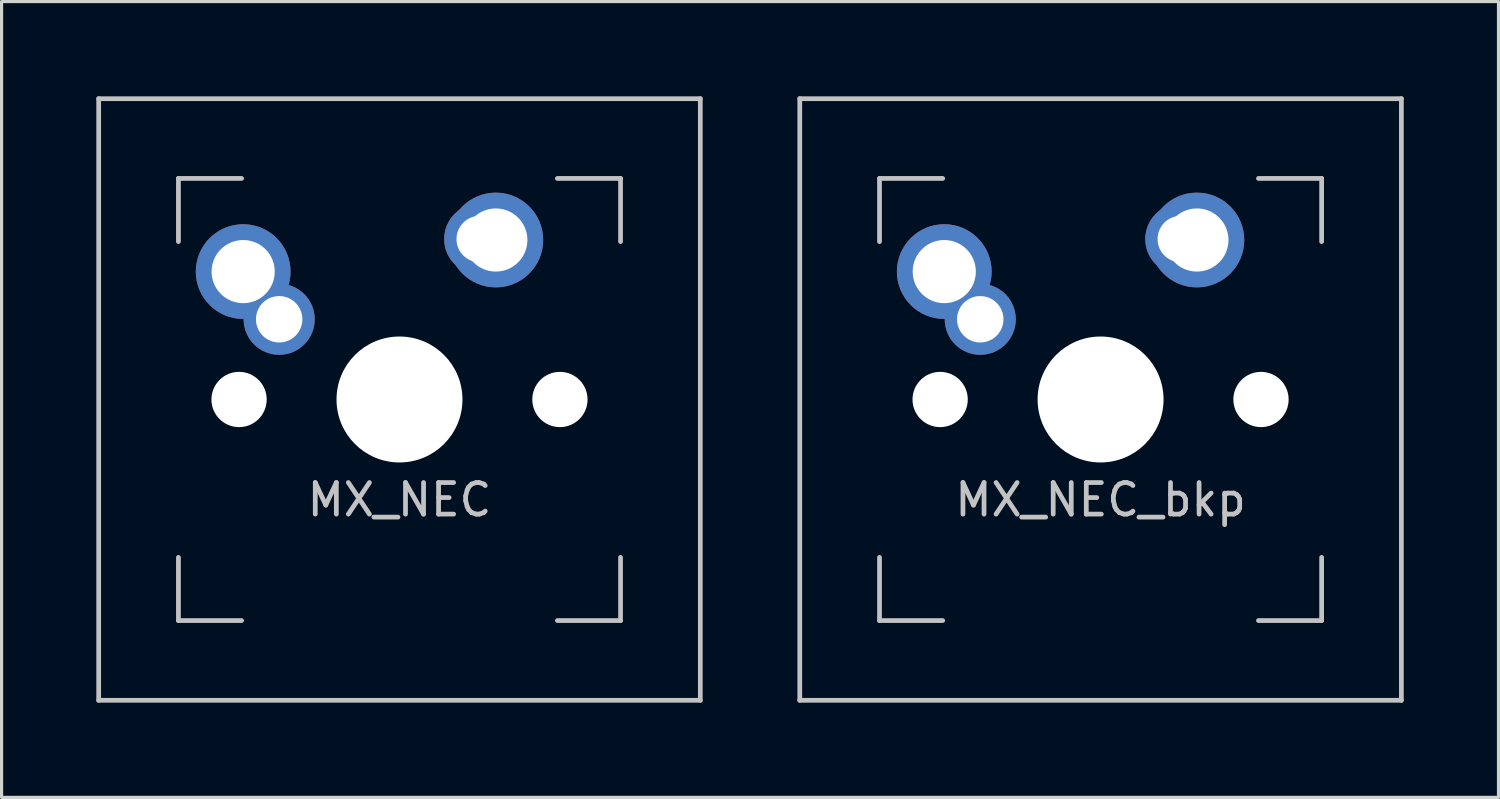
<source format=kicad_pcb>
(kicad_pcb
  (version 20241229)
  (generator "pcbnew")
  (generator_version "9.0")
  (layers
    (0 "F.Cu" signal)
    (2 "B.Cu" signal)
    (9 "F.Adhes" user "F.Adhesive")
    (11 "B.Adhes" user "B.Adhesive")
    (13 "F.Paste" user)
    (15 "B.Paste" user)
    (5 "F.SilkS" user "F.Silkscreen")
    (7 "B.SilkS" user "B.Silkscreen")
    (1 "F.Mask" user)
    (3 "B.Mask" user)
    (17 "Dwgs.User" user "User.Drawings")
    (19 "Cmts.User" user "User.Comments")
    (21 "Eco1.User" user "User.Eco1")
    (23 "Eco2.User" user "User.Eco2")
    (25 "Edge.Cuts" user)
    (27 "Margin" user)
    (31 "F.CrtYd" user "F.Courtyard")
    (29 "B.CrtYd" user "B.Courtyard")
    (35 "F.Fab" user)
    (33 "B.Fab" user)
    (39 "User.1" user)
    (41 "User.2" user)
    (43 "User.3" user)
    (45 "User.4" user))
  (footprint "MX_NEC"
    (layer "F.Cu")
    (at 9.6 9.6)
    (property "Reference" "MX_NEC" (at 0 3.175 0) (layer "Dwgs.User") (effects (font (size 1 1) (thickness 0.15))))
    (attr through_hole)
    (fp_line (start -9.525 -9.525) (end 9.525 -9.525) (stroke (width 0.15) (type solid)) (layer "Dwgs.User"))
    (fp_line (start -9.525 9.525) (end -9.525 -9.525) (stroke (width 0.15) (type solid)) (layer "Dwgs.User"))
    (fp_line (start -7 -7) (end -7 -5) (stroke (width 0.15) (type solid)) (layer "Dwgs.User"))
    (fp_line (start -7 5) (end -7 7) (stroke (width 0.15) (type solid)) (layer "Dwgs.User"))
    (fp_line (start -7 7) (end -5 7) (stroke (width 0.15) (type solid)) (layer "Dwgs.User"))
    (fp_line (start -5 -7) (end -7 -7) (stroke (width 0.15) (type solid)) (layer "Dwgs.User"))
    (fp_line (start 5 -7) (end 7 -7) (stroke (width 0.15) (type solid)) (layer "Dwgs.User"))
    (fp_line (start 5 7) (end 7 7) (stroke (width 0.15) (type solid)) (layer "Dwgs.User"))
    (fp_line (start 7 -7) (end 7 -5) (stroke (width 0.15) (type solid)) (layer "Dwgs.User"))
    (fp_line (start 7 7) (end 7 5) (stroke (width 0.15) (type solid)) (layer "Dwgs.User"))
    (fp_line (start 9.525 -9.525) (end 9.525 9.525) (stroke (width 0.15) (type solid)) (layer "Dwgs.User"))
    (fp_line (start 9.525 9.525) (end -9.525 9.525) (stroke (width 0.15) (type solid)) (layer "Dwgs.User"))
    (pad "" np_thru_hole circle (at -5.08 0 48.1) (size 1.75 1.75) (drill 1.75) (layers "*.Cu" "*.Mask"))
    (pad "" np_thru_hole circle (at 0 0) (size 3.988 3.988) (drill 3.988) (layers "*.Cu" "*.Mask"))
    (pad "" np_thru_hole circle (at 5.08 0 48.1) (size 1.75 1.75) (drill 1.75) (layers "*.Cu" "*.Mask"))
    (pad "1" thru_hole circle (at -4.95 -4.05) (size 3 3) (drill 2) (layers "*.Cu" "B.Mask"))
    (pad "1" thru_hole circle (at -3.81 -2.54) (size 2.25 2.25) (drill 1.47) (layers "*.Cu" "B.Mask"))
    (pad "2" thru_hole circle (at 2.54 -5.08) (size 2.25 2.25) (drill 1.47) (layers "*.Cu" "B.Mask"))
    (pad "2" thru_hole circle (at 3.05 -5.05) (size 3 3) (drill 2) (layers "*.Cu" "B.Mask")))
  (footprint "MX_NEC_bkp"
    (layer "F.Cu")
    (at 31.8 9.6)
    (property "Reference" "MX_NEC_bkp" (at 0 3.175 0) (layer "Dwgs.User") (effects (font (size 1 1) (thickness 0.15))))
    (attr through_hole)
    (fp_line (start -9.525 -9.525) (end 9.525 -9.525) (stroke (width 0.15) (type solid)) (layer "Dwgs.User"))
    (fp_line (start -9.525 9.525) (end -9.525 -9.525) (stroke (width 0.15) (type solid)) (layer "Dwgs.User"))
    (fp_line (start -7 -7) (end -7 -5) (stroke (width 0.15) (type solid)) (layer "Dwgs.User"))
    (fp_line (start -7 5) (end -7 7) (stroke (width 0.15) (type solid)) (layer "Dwgs.User"))
    (fp_line (start -7 7) (end -5 7) (stroke (width 0.15) (type solid)) (layer "Dwgs.User"))
    (fp_line (start -5 -7) (end -7 -7) (stroke (width 0.15) (type solid)) (layer "Dwgs.User"))
    (fp_line (start 5 -7) (end 7 -7) (stroke (width 0.15) (type solid)) (layer "Dwgs.User"))
    (fp_line (start 5 7) (end 7 7) (stroke (width 0.15) (type solid)) (layer "Dwgs.User"))
    (fp_line (start 7 -7) (end 7 -5) (stroke (width 0.15) (type solid)) (layer "Dwgs.User"))
    (fp_line (start 7 7) (end 7 5) (stroke (width 0.15) (type solid)) (layer "Dwgs.User"))
    (fp_line (start 9.525 -9.525) (end 9.525 9.525) (stroke (width 0.15) (type solid)) (layer "Dwgs.User"))
    (fp_line (start 9.525 9.525) (end -9.525 9.525) (stroke (width 0.15) (type solid)) (layer "Dwgs.User"))
    (pad "" np_thru_hole circle (at -5.08 0 48.1) (size 1.75 1.75) (drill 1.75) (layers "*.Cu" "*.Mask"))
    (pad "" np_thru_hole circle (at 0 0) (size 3.988 3.988) (drill 3.988) (layers "*.Cu" "*.Mask"))
    (pad "" np_thru_hole circle (at 5.08 0 48.1) (size 1.75 1.75) (drill 1.75) (layers "*.Cu" "*.Mask"))
    (pad "1" thru_hole circle (at -4.95 -4.05) (size 3 3) (drill 2) (layers "*.Cu" "B.Mask"))
    (pad "1" thru_hole circle (at -3.81 -2.54) (size 2.25 2.25) (drill 1.47) (layers "*.Cu" "B.Mask"))
    (pad "2" thru_hole circle (at 2.54 -5.08) (size 2.25 2.25) (drill 1.47) (layers "*.Cu" "B.Mask"))
    (pad "2" thru_hole circle (at 3.05 -5.05) (size 3 3) (drill 2) (layers "*.Cu" "B.Mask")))
  (gr_rect
    (start -3 -3)
    (end 44.4 22.2)
    (stroke (width 0.1) (type default))
    (fill no)
    (layer "Edge.Cuts")))
</source>
